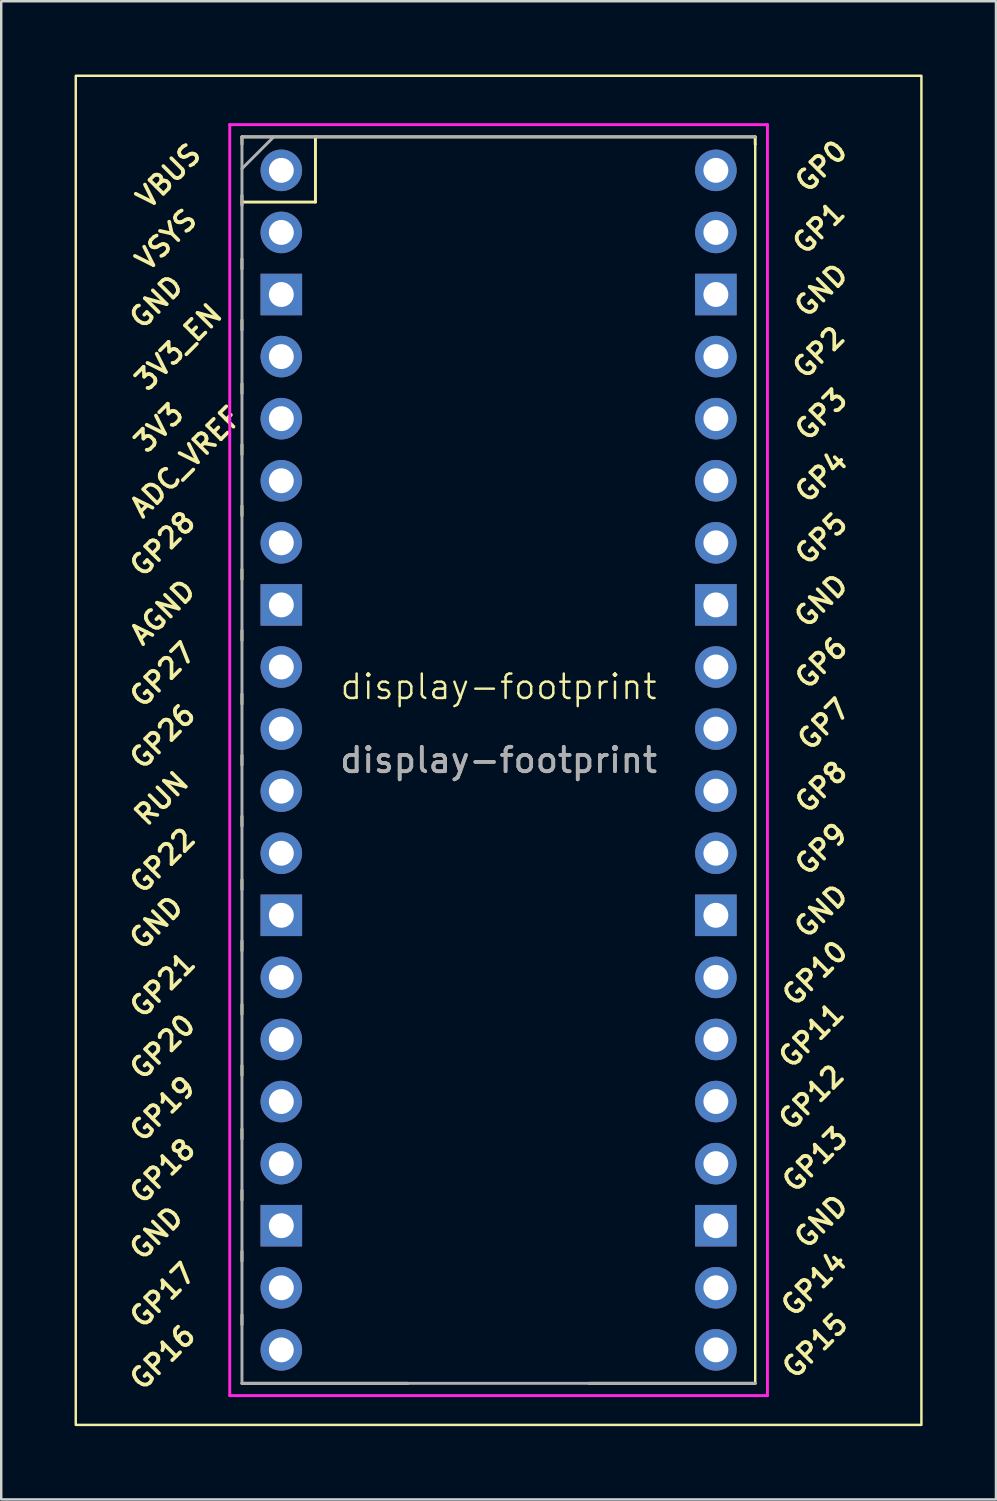
<source format=kicad_pcb>
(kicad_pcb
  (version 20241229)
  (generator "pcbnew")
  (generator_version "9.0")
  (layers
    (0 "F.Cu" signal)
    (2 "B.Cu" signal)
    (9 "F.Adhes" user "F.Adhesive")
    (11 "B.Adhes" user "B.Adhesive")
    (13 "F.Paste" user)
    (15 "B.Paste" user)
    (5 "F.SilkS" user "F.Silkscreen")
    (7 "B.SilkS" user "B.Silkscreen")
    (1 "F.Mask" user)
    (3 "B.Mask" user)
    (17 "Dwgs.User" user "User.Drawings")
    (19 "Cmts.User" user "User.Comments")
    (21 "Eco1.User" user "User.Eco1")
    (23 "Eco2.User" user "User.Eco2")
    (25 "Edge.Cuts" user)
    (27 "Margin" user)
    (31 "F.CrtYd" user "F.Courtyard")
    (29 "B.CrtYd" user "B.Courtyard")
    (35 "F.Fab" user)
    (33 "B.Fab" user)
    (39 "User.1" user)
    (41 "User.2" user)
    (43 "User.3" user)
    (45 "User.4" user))
  (footprint "display-footprint"
    (layer "F.Cu")
    (at 17.35 25.55)
    (property "Reference" "display-footprint" (at 0 -0.5 0) (unlocked yes) (layer "F.SilkS") (effects (font (size 1 1) (thickness 0.1))))
    (attr through_hole)
    (fp_line (start -10.5 -23) (end -10.5 -22.7) (stroke (width 0.12) (type solid)) (layer "F.SilkS"))
    (fp_line (start -10.5 -23) (end 10.5 -23) (stroke (width 0.12) (type solid)) (layer "F.SilkS"))
    (fp_line (start -10.5 -20.6) (end -10.5 -20.2) (stroke (width 0.12) (type solid)) (layer "F.SilkS"))
    (fp_line (start -10.5 -20.333) (end -7.493 -20.333) (stroke (width 0.12) (type solid)) (layer "F.SilkS"))
    (fp_line (start -10.5 -18) (end -10.5 -17.6) (stroke (width 0.12) (type solid)) (layer "F.SilkS"))
    (fp_line (start -10.5 -15.5) (end -10.5 -15.1) (stroke (width 0.12) (type solid)) (layer "F.SilkS"))
    (fp_line (start -10.5 -12.9) (end -10.5 -12.5) (stroke (width 0.12) (type solid)) (layer "F.SilkS"))
    (fp_line (start -10.5 -10.4) (end -10.5 -10) (stroke (width 0.12) (type solid)) (layer "F.SilkS"))
    (fp_line (start -10.5 -7.9) (end -10.5 -7.5) (stroke (width 0.12) (type solid)) (layer "F.SilkS"))
    (fp_line (start -10.5 -5.3) (end -10.5 -4.9) (stroke (width 0.12) (type solid)) (layer "F.SilkS"))
    (fp_line (start -10.5 -2.8) (end -10.5 -2.4) (stroke (width 0.12) (type solid)) (layer "F.SilkS"))
    (fp_line (start -10.5 -0.2) (end -10.5 0.2) (stroke (width 0.12) (type solid)) (layer "F.SilkS"))
    (fp_line (start -10.5 2.3) (end -10.5 2.7) (stroke (width 0.12) (type solid)) (layer "F.SilkS"))
    (fp_line (start -10.5 4.8) (end -10.5 5.2) (stroke (width 0.12) (type solid)) (layer "F.SilkS"))
    (fp_line (start -10.5 7.4) (end -10.5 7.8) (stroke (width 0.12) (type solid)) (layer "F.SilkS"))
    (fp_line (start -10.5 9.9) (end -10.5 10.3) (stroke (width 0.12) (type solid)) (layer "F.SilkS"))
    (fp_line (start -10.5 12.5) (end -10.5 12.9) (stroke (width 0.12) (type solid)) (layer "F.SilkS"))
    (fp_line (start -10.5 15) (end -10.5 15.4) (stroke (width 0.12) (type solid)) (layer "F.SilkS"))
    (fp_line (start -10.5 17.6) (end -10.5 18) (stroke (width 0.12) (type solid)) (layer "F.SilkS"))
    (fp_line (start -10.5 20.1) (end -10.5 20.5) (stroke (width 0.12) (type solid)) (layer "F.SilkS"))
    (fp_line (start -10.5 22.6) (end -10.5 23) (stroke (width 0.12) (type solid)) (layer "F.SilkS"))
    (fp_line (start -10.5 25.2) (end -10.5 25.6) (stroke (width 0.12) (type solid)) (layer "F.SilkS"))
    (fp_line (start -7.493 -20.333) (end -7.493 -23) (stroke (width 0.12) (type solid)) (layer "F.SilkS"))
    (fp_line (start -3.7 28) (end -10.5 28) (stroke (width 0.12) (type solid)) (layer "F.SilkS"))
    (fp_line (start 10.5 -23) (end 10.5 -22.7) (stroke (width 0.12) (type solid)) (layer "F.SilkS"))
    (fp_line (start 10.5 -22.7) (end 10.5 28) (stroke (width 0.1) (type default)) (layer "F.SilkS"))
    (fp_line (start 10.5 28) (end 3.7 28) (stroke (width 0.12) (type solid)) (layer "F.SilkS"))
    (fp_rect (start -17.3 -25.5) (end 17.3 29.7) (stroke (width 0.1) (type default)) (fill no) (layer "F.SilkS"))
    (fp_line (start -11 -23.5) (end 11 -23.5) (stroke (width 0.12) (type solid)) (layer "F.CrtYd"))
    (fp_line (start -11 28.5) (end -11 -23.5) (stroke (width 0.12) (type solid)) (layer "F.CrtYd"))
    (fp_line (start 11 -23.5) (end 11 28.5) (stroke (width 0.12) (type solid)) (layer "F.CrtYd"))
    (fp_line (start 11 28.5) (end -11 28.5) (stroke (width 0.12) (type solid)) (layer "F.CrtYd"))
    (fp_line (start -10.5 -23) (end 10.5 -23) (stroke (width 0.12) (type solid)) (layer "F.Fab"))
    (fp_line (start -10.5 -21.7) (end -9.2 -23) (stroke (width 0.12) (type solid)) (layer "F.Fab"))
    (fp_line (start -10.5 28) (end -10.5 -23) (stroke (width 0.12) (type solid)) (layer "F.Fab"))
    (fp_line (start 10.5 28) (end -10.5 28) (stroke (width 0.12) (type solid)) (layer "F.Fab"))
    (fp_text user "GP3" (at 13.2 -11.64 45) (layer "F.SilkS") (effects (font (size 0.8 0.8) (thickness 0.15))))
    (fp_text user "GP10" (at 12.946 11.22 45) (layer "F.SilkS") (effects (font (size 0.8 0.8) (thickness 0.15))))
    (fp_text user "GP17" (at -13.746 24.39 45) (layer "F.SilkS") (effects (font (size 0.8 0.8) (thickness 0.15))))
    (fp_text user "RUN" (at -13.8 4.07 45) (layer "F.SilkS") (effects (font (size 0.8 0.8) (thickness 0.15))))
    (fp_text user "VSYS" (at -13.6 -18.79 45) (layer "F.SilkS") (effects (font (size 0.8 0.8) (thickness 0.15))))
    (fp_text user "AGND" (at -13.746 -3.55 45) (layer "F.SilkS") (effects (font (size 0.8 0.8) (thickness 0.15))))
    (fp_text user "GP14" (at 12.9 23.92 45) (layer "F.SilkS") (effects (font (size 0.8 0.8) (thickness 0.15))))
    (fp_text user "GP28" (at -13.746 -6.344 45) (layer "F.SilkS") (effects (font (size 0.8 0.8) (thickness 0.15))))
    (fp_text user "GP9" (at 13.2 6.14 45) (layer "F.SilkS") (effects (font (size 0.8 0.8) (thickness 0.15))))
    (fp_text user "3V3_EN" (at -13.1 -14.4 45) (layer "F.SilkS") (effects (font (size 0.8 0.8) (thickness 0.15))))
    (fp_text user "GP4" (at 13.2 -9.1 45) (layer "F.SilkS") (effects (font (size 0.8 0.8) (thickness 0.15))))
    (fp_text user "GP18" (at -13.746 19.31 45) (layer "F.SilkS") (effects (font (size 0.8 0.8) (thickness 0.15))))
    (fp_text user "ADC_VREF" (at -12.8 -9.7 45) (layer "F.SilkS") (effects (font (size 0.8 0.8) (thickness 0.15))))
    (fp_text user "GND" (at 13.2 -16.72 45) (layer "F.SilkS") (effects (font (size 0.8 0.8) (thickness 0.15))))
    (fp_text user "GP1" (at 13.1 -19.27 45) (layer "F.SilkS") (effects (font (size 0.8 0.8) (thickness 0.15))))
    (fp_text user "3V3" (at -13.9 -11.1 45) (layer "F.SilkS") (effects (font (size 0.8 0.8) (thickness 0.15))))
    (fp_text user "GND" (at -14 9.15 45) (layer "F.SilkS") (effects (font (size 0.8 0.8) (thickness 0.15))))
    (fp_text user "GP5" (at 13.2 -6.56 45) (layer "F.SilkS") (effects (font (size 0.8 0.8) (thickness 0.15))))
    (fp_text user "GP22" (at -13.746 6.61 45) (layer "F.SilkS") (effects (font (size 0.8 0.8) (thickness 0.15))))
    (fp_text user "GP8" (at 13.2 3.6 45) (layer "F.SilkS") (effects (font (size 0.8 0.8) (thickness 0.15))))
    (fp_text user "GND" (at 13.2 21.38 45) (layer "F.SilkS") (effects (font (size 0.8 0.8) (thickness 0.15))))
    (fp_text user "GP13" (at 12.946 18.84 45) (layer "F.SilkS") (effects (font (size 0.8 0.8) (thickness 0.15))))
    (fp_text user "GP11" (at 12.8 13.76 45) (layer "F.SilkS") (effects (font (size 0.8 0.8) (thickness 0.15))))
    (fp_text user "GP19" (at -13.746 16.77 45) (layer "F.SilkS") (effects (font (size 0.8 0.8) (thickness 0.15))))
    (fp_text user "GND" (at 13.2 8.68 45) (layer "F.SilkS") (effects (font (size 0.8 0.8) (thickness 0.15))))
    (fp_text user "GP27" (at -13.746 -1 45) (layer "F.SilkS") (effects (font (size 0.8 0.8) (thickness 0.15))))
    (fp_text user "GP16" (at -13.746 26.93 45) (layer "F.SilkS") (effects (font (size 0.8 0.8) (thickness 0.15))))
    (fp_text user "GP21" (at -13.746 11.7 45) (layer "F.SilkS") (effects (font (size 0.8 0.8) (thickness 0.15))))
    (fp_text user "GP12" (at 12.8 16.3 45) (layer "F.SilkS") (effects (font (size 0.8 0.8) (thickness 0.15))))
    (fp_text user "GP0" (at 13.2 -21.8 45) (layer "F.SilkS") (effects (font (size 0.8 0.8) (thickness 0.15))))
    (fp_text user "GND" (at 13.2 -4.02 45) (layer "F.SilkS") (effects (font (size 0.8 0.8) (thickness 0.15))))
    (fp_text user "GND" (at -14 -16.25 45) (layer "F.SilkS") (effects (font (size 0.8 0.8) (thickness 0.15))))
    (fp_text user "GP2" (at 13.1 -14.18 45) (layer "F.SilkS") (effects (font (size 0.8 0.8) (thickness 0.15))))
    (fp_text user "VBUS" (at -13.5 -21.4 45) (layer "F.SilkS") (effects (font (size 0.8 0.8) (thickness 0.15))))
    (fp_text user "GP15" (at 12.946 26.46 45) (layer "F.SilkS") (effects (font (size 0.8 0.8) (thickness 0.15))))
    (fp_text user "GP7" (at 13.3 1.03 45) (layer "F.SilkS") (effects (font (size 0.8 0.8) (thickness 0.15))))
    (fp_text user "GP20" (at -13.746 14.23 45) (layer "F.SilkS") (effects (font (size 0.8 0.8) (thickness 0.15))))
    (fp_text user "GP26" (at -13.746 1.53 45) (layer "F.SilkS") (effects (font (size 0.8 0.8) (thickness 0.15))))
    (fp_text user "GP6" (at 13.2 -1.48 45) (layer "F.SilkS") (effects (font (size 0.8 0.8) (thickness 0.15))))
    (fp_text user "GND" (at -14 21.85 45) (layer "F.SilkS") (effects (font (size 0.8 0.8) (thickness 0.15))))
    (fp_text user "${REFERENCE}" (at 0 2.5 180) (layer "F.Fab") (effects (font (size 1 1) (thickness 0.15))))
    (fp_text user "${REFERENCE}" (at 0 2.5 0) (unlocked yes) (layer "F.Fab") (effects (font (size 1 1) (thickness 0.15))))
    (pad "1" thru_hole oval (at 8.89 -21.63) (size 1.7 1.7) (drill 1.02) (layers "*.Cu" "*.Mask"))
    (pad "2" thru_hole oval (at 8.89 -19.09) (size 1.7 1.7) (drill 1.02) (layers "*.Cu" "*.Mask"))
    (pad "3" thru_hole rect (at 8.89 -16.55) (size 1.7 1.7) (drill 1.02) (layers "*.Cu" "*.Mask"))
    (pad "4" thru_hole oval (at 8.89 -14.01) (size 1.7 1.7) (drill 1.02) (layers "*.Cu" "*.Mask"))
    (pad "5" thru_hole oval (at 8.89 -11.47) (size 1.7 1.7) (drill 1.02) (layers "*.Cu" "*.Mask"))
    (pad "6" thru_hole oval (at 8.89 -8.93) (size 1.7 1.7) (drill 1.02) (layers "*.Cu" "*.Mask"))
    (pad "7" thru_hole oval (at 8.89 -6.39) (size 1.7 1.7) (drill 1.02) (layers "*.Cu" "*.Mask"))
    (pad "8" thru_hole rect (at 8.89 -3.85) (size 1.7 1.7) (drill 1.02) (layers "*.Cu" "*.Mask"))
    (pad "9" thru_hole oval (at 8.89 -1.31) (size 1.7 1.7) (drill 1.02) (layers "*.Cu" "*.Mask"))
    (pad "10" thru_hole oval (at 8.89 1.23) (size 1.7 1.7) (drill 1.02) (layers "*.Cu" "*.Mask"))
    (pad "11" thru_hole oval (at 8.89 3.77) (size 1.7 1.7) (drill 1.02) (layers "*.Cu" "*.Mask"))
    (pad "12" thru_hole oval (at 8.89 6.31) (size 1.7 1.7) (drill 1.02) (layers "*.Cu" "*.Mask"))
    (pad "13" thru_hole rect (at 8.89 8.85) (size 1.7 1.7) (drill 1.02) (layers "*.Cu" "*.Mask"))
    (pad "14" thru_hole oval (at 8.89 11.39) (size 1.7 1.7) (drill 1.02) (layers "*.Cu" "*.Mask"))
    (pad "15" thru_hole oval (at 8.89 13.93) (size 1.7 1.7) (drill 1.02) (layers "*.Cu" "*.Mask"))
    (pad "16" thru_hole oval (at 8.89 16.47) (size 1.7 1.7) (drill 1.02) (layers "*.Cu" "*.Mask"))
    (pad "17" thru_hole oval (at 8.89 19.01) (size 1.7 1.7) (drill 1.02) (layers "*.Cu" "*.Mask"))
    (pad "18" thru_hole rect (at 8.89 21.55) (size 1.7 1.7) (drill 1.02) (layers "*.Cu" "*.Mask"))
    (pad "19" thru_hole oval (at 8.89 24.09) (size 1.7 1.7) (drill 1.02) (layers "*.Cu" "*.Mask"))
    (pad "20" thru_hole oval (at 8.89 26.63) (size 1.7 1.7) (drill 1.02) (layers "*.Cu" "*.Mask"))
    (pad "21" thru_hole oval (at -8.89 26.63) (size 1.7 1.7) (drill 1.02) (layers "*.Cu" "*.Mask"))
    (pad "22" thru_hole oval (at -8.89 24.09) (size 1.7 1.7) (drill 1.02) (layers "*.Cu" "*.Mask"))
    (pad "23" thru_hole rect (at -8.89 21.55) (size 1.7 1.7) (drill 1.02) (layers "*.Cu" "*.Mask"))
    (pad "24" thru_hole oval (at -8.89 19.01) (size 1.7 1.7) (drill 1.02) (layers "*.Cu" "*.Mask"))
    (pad "25" thru_hole oval (at -8.89 16.47) (size 1.7 1.7) (drill 1.02) (layers "*.Cu" "*.Mask"))
    (pad "26" thru_hole oval (at -8.89 13.93) (size 1.7 1.7) (drill 1.02) (layers "*.Cu" "*.Mask"))
    (pad "27" thru_hole oval (at -8.89 11.39) (size 1.7 1.7) (drill 1.02) (layers "*.Cu" "*.Mask"))
    (pad "28" thru_hole rect (at -8.89 8.85) (size 1.7 1.7) (drill 1.02) (layers "*.Cu" "*.Mask"))
    (pad "29" thru_hole oval (at -8.89 6.31) (size 1.7 1.7) (drill 1.02) (layers "*.Cu" "*.Mask"))
    (pad "30" thru_hole oval (at -8.89 3.77) (size 1.7 1.7) (drill 1.02) (layers "*.Cu" "*.Mask"))
    (pad "31" thru_hole oval (at -8.89 1.23) (size 1.7 1.7) (drill 1.02) (layers "*.Cu" "*.Mask"))
    (pad "32" thru_hole oval (at -8.89 -1.31) (size 1.7 1.7) (drill 1.02) (layers "*.Cu" "*.Mask"))
    (pad "33" thru_hole rect (at -8.89 -3.85) (size 1.7 1.7) (drill 1.02) (layers "*.Cu" "*.Mask"))
    (pad "34" thru_hole oval (at -8.89 -6.39) (size 1.7 1.7) (drill 1.02) (layers "*.Cu" "*.Mask"))
    (pad "35" thru_hole oval (at -8.89 -8.93) (size 1.7 1.7) (drill 1.02) (layers "*.Cu" "*.Mask"))
    (pad "36" thru_hole oval (at -8.89 -11.47) (size 1.7 1.7) (drill 1.02) (layers "*.Cu" "*.Mask"))
    (pad "37" thru_hole oval (at -8.89 -14.01) (size 1.7 1.7) (drill 1.02) (layers "*.Cu" "*.Mask"))
    (pad "38" thru_hole rect (at -8.89 -16.55) (size 1.7 1.7) (drill 1.02) (layers "*.Cu" "*.Mask"))
    (pad "39" thru_hole oval (at -8.89 -19.09) (size 1.7 1.7) (drill 1.02) (layers "*.Cu" "*.Mask"))
    (pad "40" thru_hole oval (at -8.89 -21.63) (size 1.7 1.7) (drill 1.02) (layers "*.Cu" "*.Mask")))
  (gr_rect
    (start -3 -3)
    (end 37.7 58.3)
    (stroke (width 0.1) (type default))
    (fill no)
    (layer "Edge.Cuts")))
</source>
